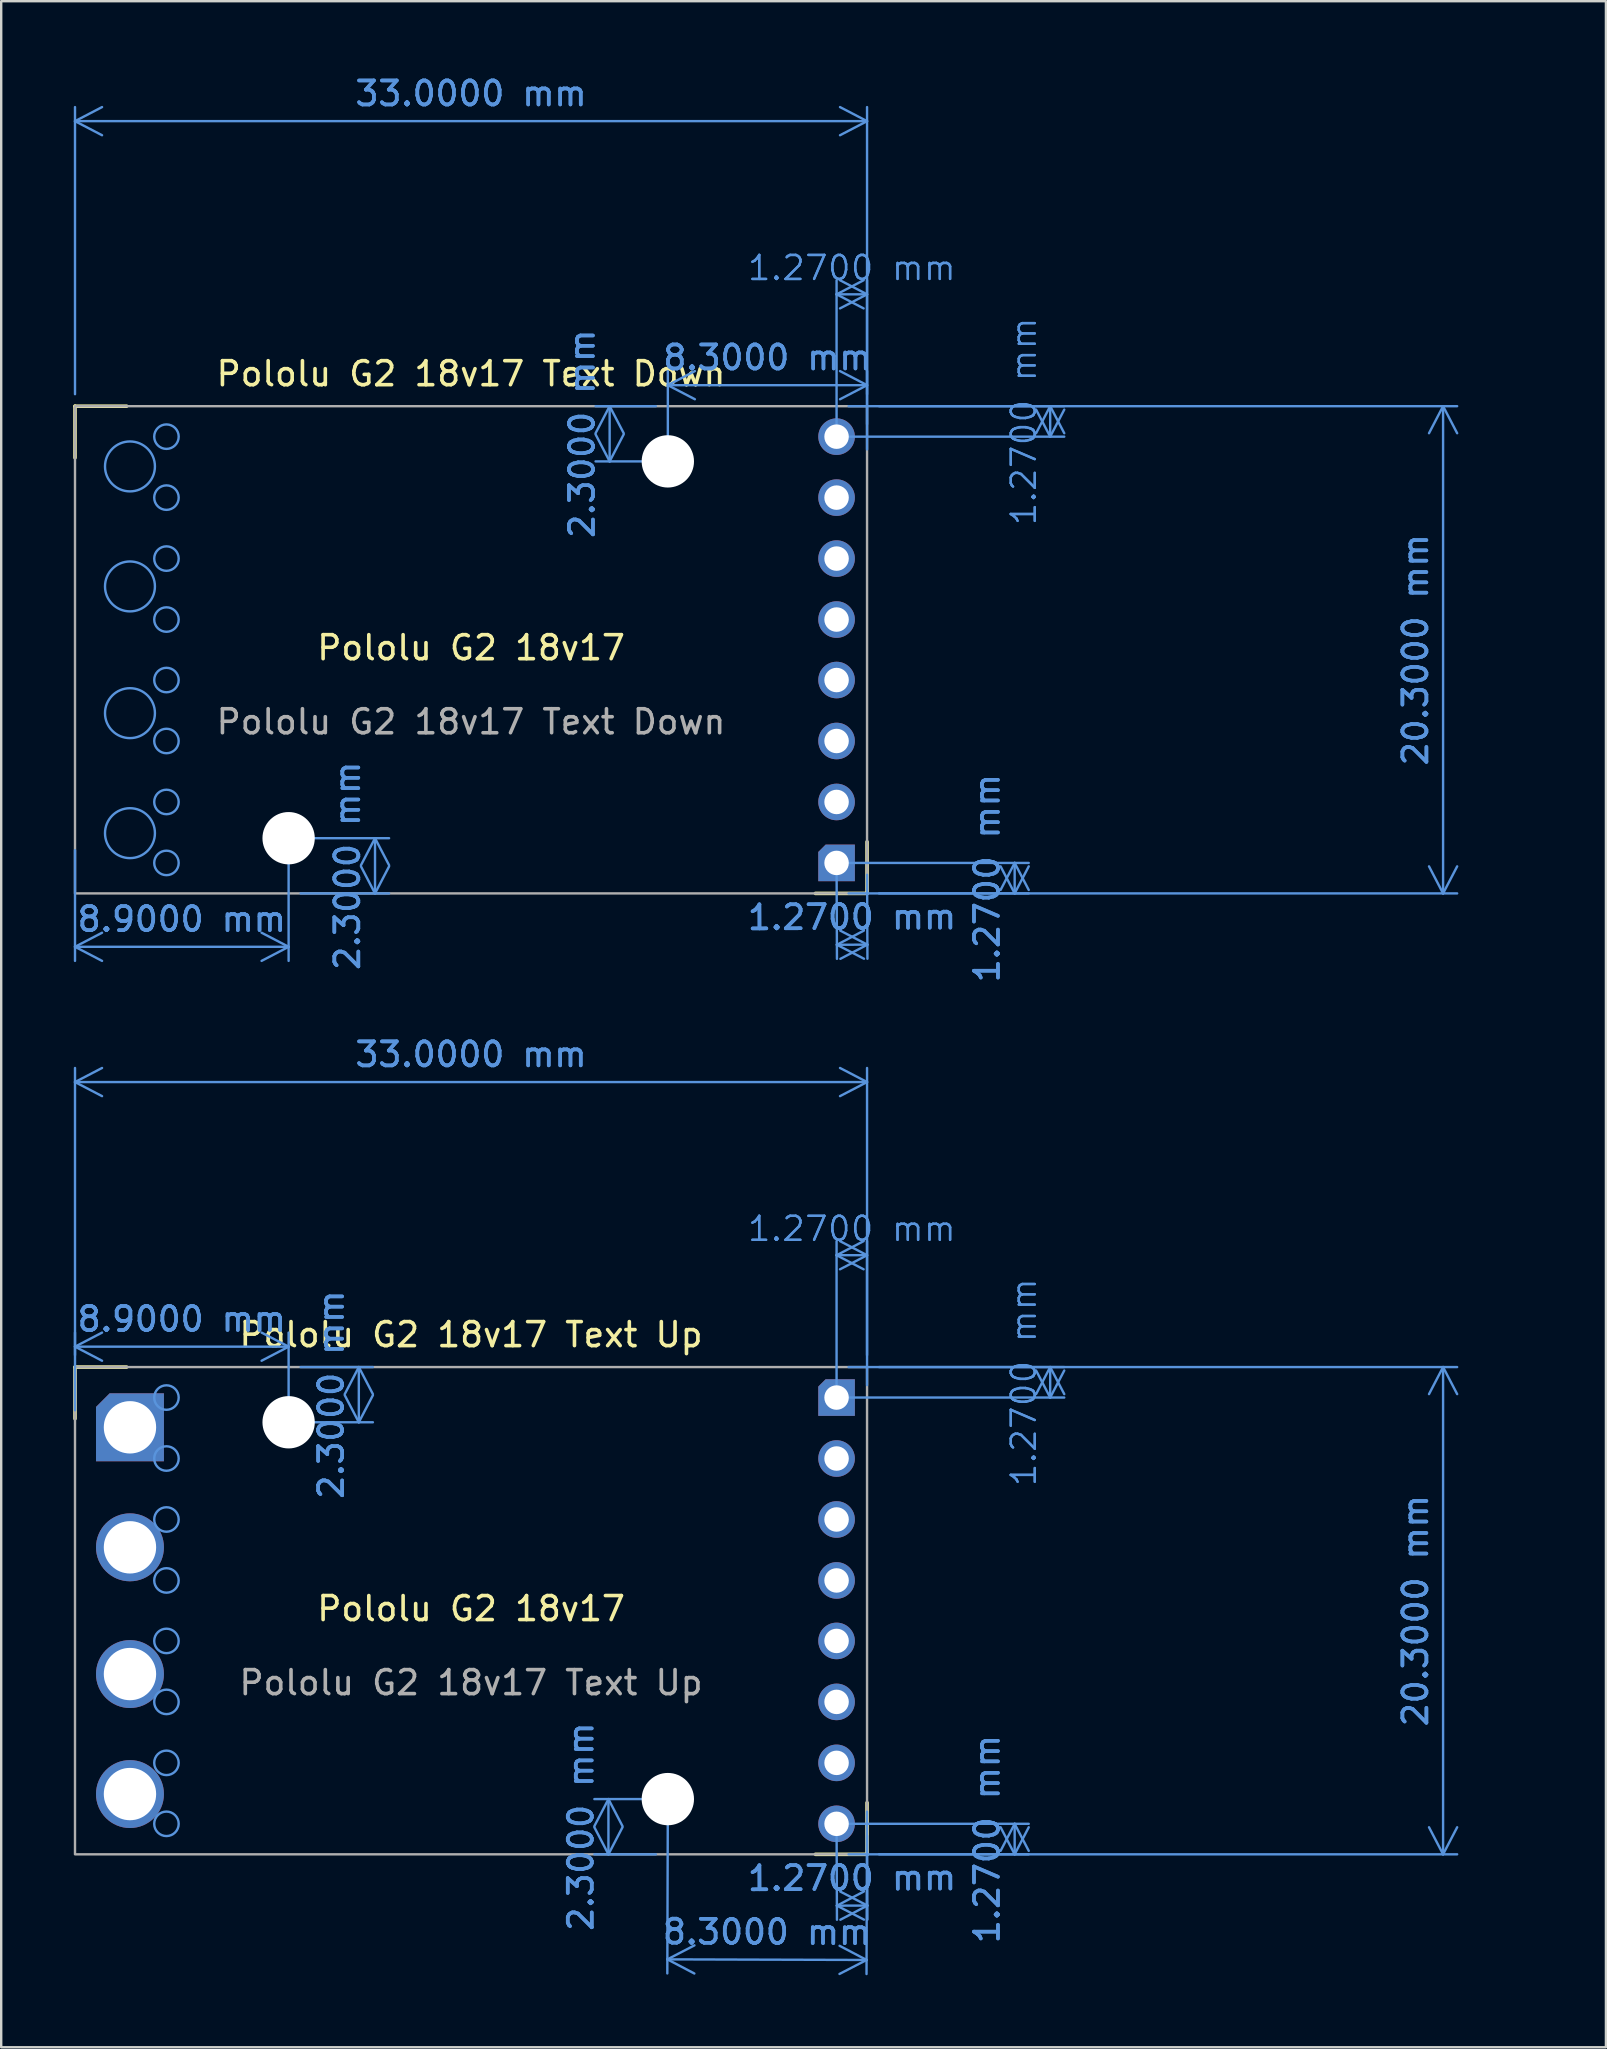
<source format=kicad_pcb>
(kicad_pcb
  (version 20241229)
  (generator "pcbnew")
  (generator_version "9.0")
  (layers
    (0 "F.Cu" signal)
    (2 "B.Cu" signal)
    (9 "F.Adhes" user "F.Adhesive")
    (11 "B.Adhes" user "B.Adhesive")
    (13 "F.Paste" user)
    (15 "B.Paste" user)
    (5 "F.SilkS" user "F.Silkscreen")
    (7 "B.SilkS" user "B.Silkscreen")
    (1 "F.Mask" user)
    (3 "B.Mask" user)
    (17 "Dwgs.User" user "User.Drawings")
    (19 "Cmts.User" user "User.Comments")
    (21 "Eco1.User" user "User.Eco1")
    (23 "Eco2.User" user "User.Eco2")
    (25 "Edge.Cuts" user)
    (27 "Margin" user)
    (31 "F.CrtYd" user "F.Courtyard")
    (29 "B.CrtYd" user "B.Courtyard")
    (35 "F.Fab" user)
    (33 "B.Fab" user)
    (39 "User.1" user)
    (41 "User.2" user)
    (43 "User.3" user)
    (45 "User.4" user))
  (footprint "Pololu G2 18v17 Text Down"
    (layer "F.Cu")
    (at 16.575 24.023)
    (property "Reference" "Pololu G2 18v17 Text Down" (at 0 -11.5 0) (unlocked yes) (layer "F.SilkS") (effects (font (size 1 1) (thickness 0.15))))
    (attr through_hole)
    (fp_line (start -16.5 -10.15) (end -14.35 -10.15) (stroke (width 0.15) (type default)) (layer "F.SilkS"))
    (fp_line (start -16.5 -8) (end -16.5 -10.15) (stroke (width 0.15) (type default)) (layer "F.SilkS"))
    (fp_line (start 16.5 8) (end 16.5 10.15) (stroke (width 0.15) (type default)) (layer "F.SilkS"))
    (fp_line (start 16.5 10.15) (end 14.35 10.15) (stroke (width 0.15) (type default)) (layer "F.SilkS"))
    (fp_circle (center -14.21 -7.64) (end -13.17 -7.64) (stroke (width 0.1) (type default)) (fill no) (layer "Cmts.User"))
    (fp_circle (center -14.21 -2.64) (end -13.17 -2.64) (stroke (width 0.1) (type default)) (fill no) (layer "Cmts.User"))
    (fp_circle (center -14.21 2.64) (end -13.17 2.64) (stroke (width 0.1) (type default)) (fill no) (layer "Cmts.User"))
    (fp_circle (center -14.21 7.64) (end -13.17 7.64) (stroke (width 0.1) (type default)) (fill no) (layer "Cmts.User"))
    (fp_circle (center -12.69 -8.88) (end -12.18 -8.88) (stroke (width 0.1) (type default)) (fill no) (layer "Cmts.User"))
    (fp_circle (center -12.69 -6.34) (end -12.18 -6.34) (stroke (width 0.1) (type default)) (fill no) (layer "Cmts.User"))
    (fp_circle (center -12.69 -3.8) (end -12.18 -3.8) (stroke (width 0.1) (type default)) (fill no) (layer "Cmts.User"))
    (fp_circle (center -12.69 -1.26) (end -12.18 -1.26) (stroke (width 0.1) (type default)) (fill no) (layer "Cmts.User"))
    (fp_circle (center -12.69 1.26) (end -12.18 1.26) (stroke (width 0.1) (type default)) (fill no) (layer "Cmts.User"))
    (fp_circle (center -12.69 3.8) (end -12.18 3.8) (stroke (width 0.1) (type default)) (fill no) (layer "Cmts.User"))
    (fp_circle (center -12.69 6.34) (end -12.18 6.34) (stroke (width 0.1) (type default)) (fill no) (layer "Cmts.User"))
    (fp_circle (center -12.69 8.88) (end -12.18 8.88) (stroke (width 0.1) (type default)) (fill no) (layer "Cmts.User"))
    (fp_rect (start -16.5 10.15) (end 16.5 -10.15) (stroke (width 0.1) (type default)) (fill no) (layer "F.Fab"))
    (fp_text user "Pololu G2 18v17" (at -6.5 0.5 0) (unlocked yes) (layer "F.SilkS") (effects (font (size 1 1) (thickness 0.15)) (justify left bottom)))
    (fp_text user "${REFERENCE}" (at 0 3 0) (unlocked yes) (layer "F.Fab") (effects (font (size 1 1) (thickness 0.15))))
    (dimension (type aligned) (layer "Cmts.User") (pts (xy 24.775 16.173) (xy 24.775 13.873)) (height -2.425) (format (prefix "") (suffix "") (units 3) (units_format 1) (precision 4)) (style (thickness 0.1) (arrow_length 1.27) (text_position_mode 0) (arrow_direction outward) (extension_height 0.586) (extension_offset 0.5) (keep_text_aligned yes)) (gr_text "2.3000 mm" (at 21.2 15.023 90) (layer "Cmts.User") (effects (font (size 1 1) (thickness 0.15)))))
    (dimension (type aligned) (layer "Cmts.User") (pts (xy 31.805 32.903) (xy 33.075 32.898)) (height 3.41) (format (prefix "") (suffix "") (units 3) (units_format 1) (precision 4)) (style (thickness 0.1) (arrow_length 1.27) (text_position_mode 0) (arrow_direction outward) (extension_height 0.586) (extension_offset 0.5) (keep_text_aligned yes)) (gr_text "1.2700 mm" (at 32.449 35.16 0.226) (layer "Cmts.User") (effects (font (size 1 1) (thickness 0.15)))))
    (dimension (type aligned) (layer "Cmts.User") (pts (xy 8.975 31.873) (xy 0.075 31.873)) (height -4.525) (format (prefix "") (suffix "") (units 3) (units_format 1) (precision 4)) (style (thickness 0.1) (arrow_length 1.27) (text_position_mode 0) (arrow_direction outward) (extension_height 0.586) (extension_offset 0.5) (keep_text_aligned yes)) (gr_text "8.9000 mm" (at 4.525 35.248 0) (layer "Cmts.User") (effects (font (size 1 1) (thickness 0.15)))))
    (dimension (type aligned) (layer "Cmts.User") (pts (xy 31.805 15.143) (xy 31.805 13.873)) (height 8.9) (format (prefix "") (suffix "") (units 3) (units_format 1) (precision 4)) (style (thickness 0.1) (arrow_length 1.27) (text_position_mode 0) (arrow_direction outward) (extension_height 0.586) (extension_offset 0.5) (keep_text_aligned yes)) (gr_text "1.2700 mm" (at 39.605 14.508 90) (layer "Cmts.User") (effects (font (size 1 1) (thickness 0.1)))))
    (dimension (type aligned) (layer "Cmts.User") (pts (xy 33.075 13.873) (xy 33.075 34.173)) (height -24) (format (prefix "") (suffix "") (units 3) (units_format 1) (precision 4)) (style (thickness 0.1) (arrow_length 1.27) (text_position_mode 0) (arrow_direction outward) (extension_height 0.586) (extension_offset 0.5) (keep_text_aligned yes)) (gr_text "20.3000 mm" (at 55.925 24.023 90) (layer "Cmts.User") (effects (font (size 1 1) (thickness 0.15)))))
    (dimension (type aligned) (layer "Cmts.User") (pts (xy 8.975 31.873) (xy 8.975 34.173)) (height -3.6) (format (prefix "") (suffix "") (units 3) (units_format 1) (precision 4)) (style (thickness 0.1) (arrow_length 1.27) (text_position_mode 0) (arrow_direction outward) (extension_height 0.586) (extension_offset 0.5) (keep_text_aligned yes)) (gr_text "2.3000 mm" (at 11.425 33.023 90) (layer "Cmts.User") (effects (font (size 1 1) (thickness 0.15)))))
    (dimension (type aligned) (layer "Cmts.User") (pts (xy 31.805 15.123) (xy 33.075 15.123)) (height -5.91) (format (prefix "") (suffix "") (units 3) (units_format 1) (precision 4)) (style (thickness 0.1) (arrow_length 1.27) (text_position_mode 0) (arrow_direction outward) (extension_height 0.586) (extension_offset 0.5) (keep_text_aligned yes)) (gr_text "1.2700 mm" (at 32.44 8.113 0) (layer "Cmts.User") (effects (font (size 1 1) (thickness 0.1)))))
    (dimension (type aligned) (layer "Cmts.User") (pts (xy 24.775 16.173) (xy 33.075 16.173)) (height -3.175) (format (prefix "") (suffix "") (units 3) (units_format 1) (precision 4)) (style (thickness 0.1) (arrow_length 1.27) (text_position_mode 0) (arrow_direction outward) (extension_height 0.586) (extension_offset 0.5) (keep_text_aligned yes)) (gr_text "8.3000 mm" (at 28.925 11.848 0) (layer "Cmts.User") (effects (font (size 1 1) (thickness 0.15)))))
    (dimension (type aligned) (layer "Cmts.User") (pts (xy 31.805 32.903) (xy 31.805 34.173)) (height -7.42) (format (prefix "") (suffix "") (units 3) (units_format 1) (precision 4)) (style (thickness 0.1) (arrow_length 1.27) (text_position_mode 0) (arrow_direction outward) (extension_height 0.586) (extension_offset 0.5) (keep_text_aligned yes)) (gr_text "1.2700 mm" (at 38.075 33.538 90) (layer "Cmts.User") (effects (font (size 1 1) (thickness 0.15)))))
    (dimension (type aligned) (layer "Cmts.User") (pts (xy 0.075 13.873) (xy 33.075 13.873)) (height -11.875) (format (prefix "") (suffix "") (units 3) (units_format 1) (precision 4)) (style (thickness 0.1) (arrow_length 1.27) (text_position_mode 0) (arrow_direction outward) (extension_height 0.586) (extension_offset 0.5) (keep_text_aligned yes)) (gr_text "33.0000 mm" (at 16.575 0.848 0) (layer "Cmts.User") (effects (font (size 1 1) (thickness 0.15)))))
    (pad "" np_thru_hole circle (at -7.6 7.85) (size 2.18 2.18) (drill 2.18) (layers "*.Cu" "*.Mask"))
    (pad "" np_thru_hole circle (at 8.2 -7.85) (size 2.18 2.18) (drill 2.18) (layers "*.Cu" "*.Mask"))
    (pad "1" thru_hole roundrect (at 15.23 8.88) (size 1.524 1.524) (drill 1.02) (layers "*.Cu" "*.Mask") (roundrect_rratio 0) (chamfer_ratio 0.2) (chamfer top_left))
    (pad "2" thru_hole circle (at 15.23 6.34) (size 1.524 1.524) (drill 1.02) (layers "*.Cu" "*.Mask"))
    (pad "3" thru_hole circle (at 15.23 3.8) (size 1.524 1.524) (drill 1.02) (layers "*.Cu" "*.Mask"))
    (pad "4" thru_hole circle (at 15.23 1.26) (size 1.524 1.524) (drill 1.02) (layers "*.Cu" "*.Mask"))
    (pad "5" thru_hole circle (at 15.23 -1.26) (size 1.524 1.524) (drill 1.02) (layers "*.Cu" "*.Mask"))
    (pad "6" thru_hole circle (at 15.23 -3.8) (size 1.524 1.524) (drill 1.02) (layers "*.Cu" "*.Mask"))
    (pad "7" thru_hole circle (at 15.23 -6.34) (size 1.524 1.524) (drill 1.02) (layers "*.Cu" "*.Mask"))
    (pad "8" thru_hole circle (at 15.23 -8.88) (size 1.524 1.524) (drill 1.02) (layers "*.Cu" "*.Mask")))
  (footprint "Pololu G2 18v17 Text Up"
    (layer "F.Cu")
    (at 16.575 64.058)
    (property "Reference" "Pololu G2 18v17 Text Up" (at 0 -11.5 0) (unlocked yes) (layer "F.SilkS") (effects (font (size 1 1) (thickness 0.15))))
    (attr through_hole)
    (fp_line (start -16.5 -10.15) (end -14.35 -10.15) (stroke (width 0.15) (type default)) (layer "F.SilkS"))
    (fp_line (start -16.5 -8) (end -16.5 -10.15) (stroke (width 0.15) (type default)) (layer "F.SilkS"))
    (fp_line (start 16.5 8) (end 16.5 10.15) (stroke (width 0.15) (type default)) (layer "F.SilkS"))
    (fp_line (start 16.5 10.15) (end 14.35 10.15) (stroke (width 0.15) (type default)) (layer "F.SilkS"))
    (fp_circle (center -14.21 -7.64) (end -13.17 -7.64) (stroke (width 0.1) (type default)) (fill no) (layer "Cmts.User"))
    (fp_circle (center -14.21 -2.64) (end -13.17 -2.64) (stroke (width 0.1) (type default)) (fill no) (layer "Cmts.User"))
    (fp_circle (center -14.21 2.64) (end -13.17 2.64) (stroke (width 0.1) (type default)) (fill no) (layer "Cmts.User"))
    (fp_circle (center -14.21 7.64) (end -13.17 7.64) (stroke (width 0.1) (type default)) (fill no) (layer "Cmts.User"))
    (fp_circle (center -12.69 -8.88) (end -12.18 -8.88) (stroke (width 0.1) (type default)) (fill no) (layer "Cmts.User"))
    (fp_circle (center -12.69 -6.34) (end -12.18 -6.34) (stroke (width 0.1) (type default)) (fill no) (layer "Cmts.User"))
    (fp_circle (center -12.69 -3.8) (end -12.18 -3.8) (stroke (width 0.1) (type default)) (fill no) (layer "Cmts.User"))
    (fp_circle (center -12.69 -1.26) (end -12.18 -1.26) (stroke (width 0.1) (type default)) (fill no) (layer "Cmts.User"))
    (fp_circle (center -12.69 1.26) (end -12.18 1.26) (stroke (width 0.1) (type default)) (fill no) (layer "Cmts.User"))
    (fp_circle (center -12.69 3.8) (end -12.18 3.8) (stroke (width 0.1) (type default)) (fill no) (layer "Cmts.User"))
    (fp_circle (center -12.69 6.34) (end -12.18 6.34) (stroke (width 0.1) (type default)) (fill no) (layer "Cmts.User"))
    (fp_circle (center -12.69 8.88) (end -12.18 8.88) (stroke (width 0.1) (type default)) (fill no) (layer "Cmts.User"))
    (fp_rect (start -16.5 10.15) (end 16.5 -10.15) (stroke (width 0.1) (type default)) (fill no) (layer "F.Fab"))
    (fp_text user "Pololu G2 18v17" (at -6.5 0.5 0) (unlocked yes) (layer "F.SilkS") (effects (font (size 1 1) (thickness 0.15)) (justify left bottom)))
    (fp_text user "${REFERENCE}" (at 0 3 0) (unlocked yes) (layer "F.Fab") (effects (font (size 1 1) (thickness 0.15))))
    (dimension (type aligned) (layer "Cmts.User") (pts (xy 24.775 71.908) (xy 33.075 71.933)) (height 6.677) (format (prefix "") (suffix "") (units 3) (units_format 1) (precision 4)) (style (thickness 0.1) (arrow_length 1.27) (text_position_mode 0) (arrow_direction outward) (extension_height 0.586) (extension_offset 0.5) (keep_text_aligned yes)) (gr_text "8.3000 mm" (at 28.908 77.448 359.827) (layer "Cmts.User") (effects (font (size 1 1) (thickness 0.15)))))
    (dimension (type aligned) (layer "Cmts.User") (pts (xy 31.805 55.178) (xy 31.805 53.908)) (height 8.9) (format (prefix "") (suffix "") (units 3) (units_format 1) (precision 4)) (style (thickness 0.1) (arrow_length 1.27) (text_position_mode 0) (arrow_direction outward) (extension_height 0.586) (extension_offset 0.5) (keep_text_aligned yes)) (gr_text "1.2700 mm" (at 39.605 54.543 90) (layer "Cmts.User") (effects (font (size 1 1) (thickness 0.1)))))
    (dimension (type aligned) (layer "Cmts.User") (pts (xy 31.805 72.938) (xy 33.075 72.933)) (height 3.41) (format (prefix "") (suffix "") (units 3) (units_format 1) (precision 4)) (style (thickness 0.1) (arrow_length 1.27) (text_position_mode 0) (arrow_direction outward) (extension_height 0.586) (extension_offset 0.5) (keep_text_aligned yes)) (gr_text "1.2700 mm" (at 32.449 75.195 0.226) (layer "Cmts.User") (effects (font (size 1 1) (thickness 0.15)))))
    (dimension (type aligned) (layer "Cmts.User") (pts (xy 24.775 71.908) (xy 24.775 74.208)) (height 2.475) (format (prefix "") (suffix "") (units 3) (units_format 1) (precision 4)) (style (thickness 0.1) (arrow_length 1.27) (text_position_mode 0) (arrow_direction outward) (extension_height 0.586) (extension_offset 0.5) (keep_text_aligned yes)) (gr_text "2.3000 mm" (at 21.15 73.058 90) (layer "Cmts.User") (effects (font (size 1 1) (thickness 0.15)))))
    (dimension (type aligned) (layer "Cmts.User") (pts (xy 31.805 55.158) (xy 33.075 55.158)) (height -5.91) (format (prefix "") (suffix "") (units 3) (units_format 1) (precision 4)) (style (thickness 0.1) (arrow_length 1.27) (text_position_mode 0) (arrow_direction outward) (extension_height 0.586) (extension_offset 0.5) (keep_text_aligned yes)) (gr_text "1.2700 mm" (at 32.44 48.148 0) (layer "Cmts.User") (effects (font (size 1 1) (thickness 0.1)))))
    (dimension (type aligned) (layer "Cmts.User") (pts (xy 0.075 53.908) (xy 33.075 53.908)) (height -11.875) (format (prefix "") (suffix "") (units 3) (units_format 1) (precision 4)) (style (thickness 0.1) (arrow_length 1.27) (text_position_mode 0) (arrow_direction outward) (extension_height 0.586) (extension_offset 0.5) (keep_text_aligned yes)) (gr_text "33.0000 mm" (at 16.575 40.883 0) (layer "Cmts.User") (effects (font (size 1 1) (thickness 0.15)))))
    (dimension (type aligned) (layer "Cmts.User") (pts (xy 33.075 53.908) (xy 33.075 74.208)) (height -24) (format (prefix "") (suffix "") (units 3) (units_format 1) (precision 4)) (style (thickness 0.1) (arrow_length 1.27) (text_position_mode 0) (arrow_direction outward) (extension_height 0.586) (extension_offset 0.5) (keep_text_aligned yes)) (gr_text "20.3000 mm" (at 55.925 64.058 90) (layer "Cmts.User") (effects (font (size 1 1) (thickness 0.15)))))
    (dimension (type aligned) (layer "Cmts.User") (pts (xy 31.805 72.938) (xy 31.805 74.208)) (height -7.42) (format (prefix "") (suffix "") (units 3) (units_format 1) (precision 4)) (style (thickness 0.1) (arrow_length 1.27) (text_position_mode 0) (arrow_direction outward) (extension_height 0.586) (extension_offset 0.5) (keep_text_aligned yes)) (gr_text "1.2700 mm" (at 38.075 73.573 90) (layer "Cmts.User") (effects (font (size 1 1) (thickness 0.15)))))
    (dimension (type aligned) (layer "Cmts.User") (pts (xy 8.975 56.208) (xy 8.975 53.908)) (height 2.925) (format (prefix "") (suffix "") (units 3) (units_format 1) (precision 4)) (style (thickness 0.1) (arrow_length 1.27) (text_position_mode 0) (arrow_direction outward) (extension_height 0.586) (extension_offset 0.5) (keep_text_aligned yes)) (gr_text "2.3000 mm" (at 10.75 55.058 90) (layer "Cmts.User") (effects (font (size 1 1) (thickness 0.15)))))
    (dimension (type aligned) (layer "Cmts.User") (pts (xy 8.975 56.208) (xy 0.075 56.208)) (height 3.15) (format (prefix "") (suffix "") (units 3) (units_format 1) (precision 4)) (style (thickness 0.1) (arrow_length 1.27) (text_position_mode 0) (arrow_direction outward) (extension_height 0.586) (extension_offset 0.5) (keep_text_aligned yes)) (gr_text "8.9000 mm" (at 4.525 51.908 0) (layer "Cmts.User") (effects (font (size 1 1) (thickness 0.15)))))
    (pad "" np_thru_hole circle (at -7.6 -7.85) (size 2.18 2.18) (drill 2.18) (layers "*.Cu" "*.Mask"))
    (pad "" np_thru_hole circle (at 8.2 7.85) (size 2.18 2.18) (drill 2.18) (layers "*.Cu" "*.Mask"))
    (pad "1" thru_hole roundrect (at 15.23 -8.88) (size 1.524 1.524) (drill 1.02) (layers "*.Cu" "*.Mask") (roundrect_rratio 0) (chamfer_ratio 0.2) (chamfer top_left))
    (pad "2" thru_hole circle (at 15.23 -6.34) (size 1.524 1.524) (drill 1.02) (layers "*.Cu" "*.Mask"))
    (pad "3" thru_hole circle (at 15.23 -3.8) (size 1.524 1.524) (drill 1.02) (layers "*.Cu" "*.Mask"))
    (pad "4" thru_hole circle (at 15.23 -1.26) (size 1.524 1.524) (drill 1.02) (layers "*.Cu" "*.Mask"))
    (pad "5" thru_hole circle (at 15.23 1.26) (size 1.524 1.524) (drill 1.02) (layers "*.Cu" "*.Mask"))
    (pad "6" thru_hole circle (at 15.23 3.8) (size 1.524 1.524) (drill 1.02) (layers "*.Cu" "*.Mask"))
    (pad "7" thru_hole circle (at 15.23 6.34) (size 1.524 1.524) (drill 1.02) (layers "*.Cu" "*.Mask"))
    (pad "8" thru_hole circle (at 15.23 8.88) (size 1.524 1.524) (drill 1.02) (layers "*.Cu" "*.Mask"))
    (pad "9" thru_hole roundrect (at -14.21 -7.64) (size 2.83 2.83) (drill 2.18) (layers "*.Cu" "*.Mask") (roundrect_rratio 0) (chamfer_ratio 0.2) (chamfer top_left))
    (pad "10" thru_hole circle (at -14.21 -2.64) (size 2.83 2.83) (drill 2.18) (layers "*.Cu" "*.Mask"))
    (pad "11" thru_hole circle (at -14.21 2.64) (size 2.83 2.83) (drill 2.18) (layers "*.Cu" "*.Mask"))
    (pad "12" thru_hole circle (at -14.21 7.64) (size 2.83 2.83) (drill 2.18) (layers "*.Cu" "*.Mask")))
  (gr_rect
    (start -3 -3)
    (end 63.86 82.247)
    (stroke (width 0.1) (type default))
    (fill no)
    (layer "Edge.Cuts")))
</source>
